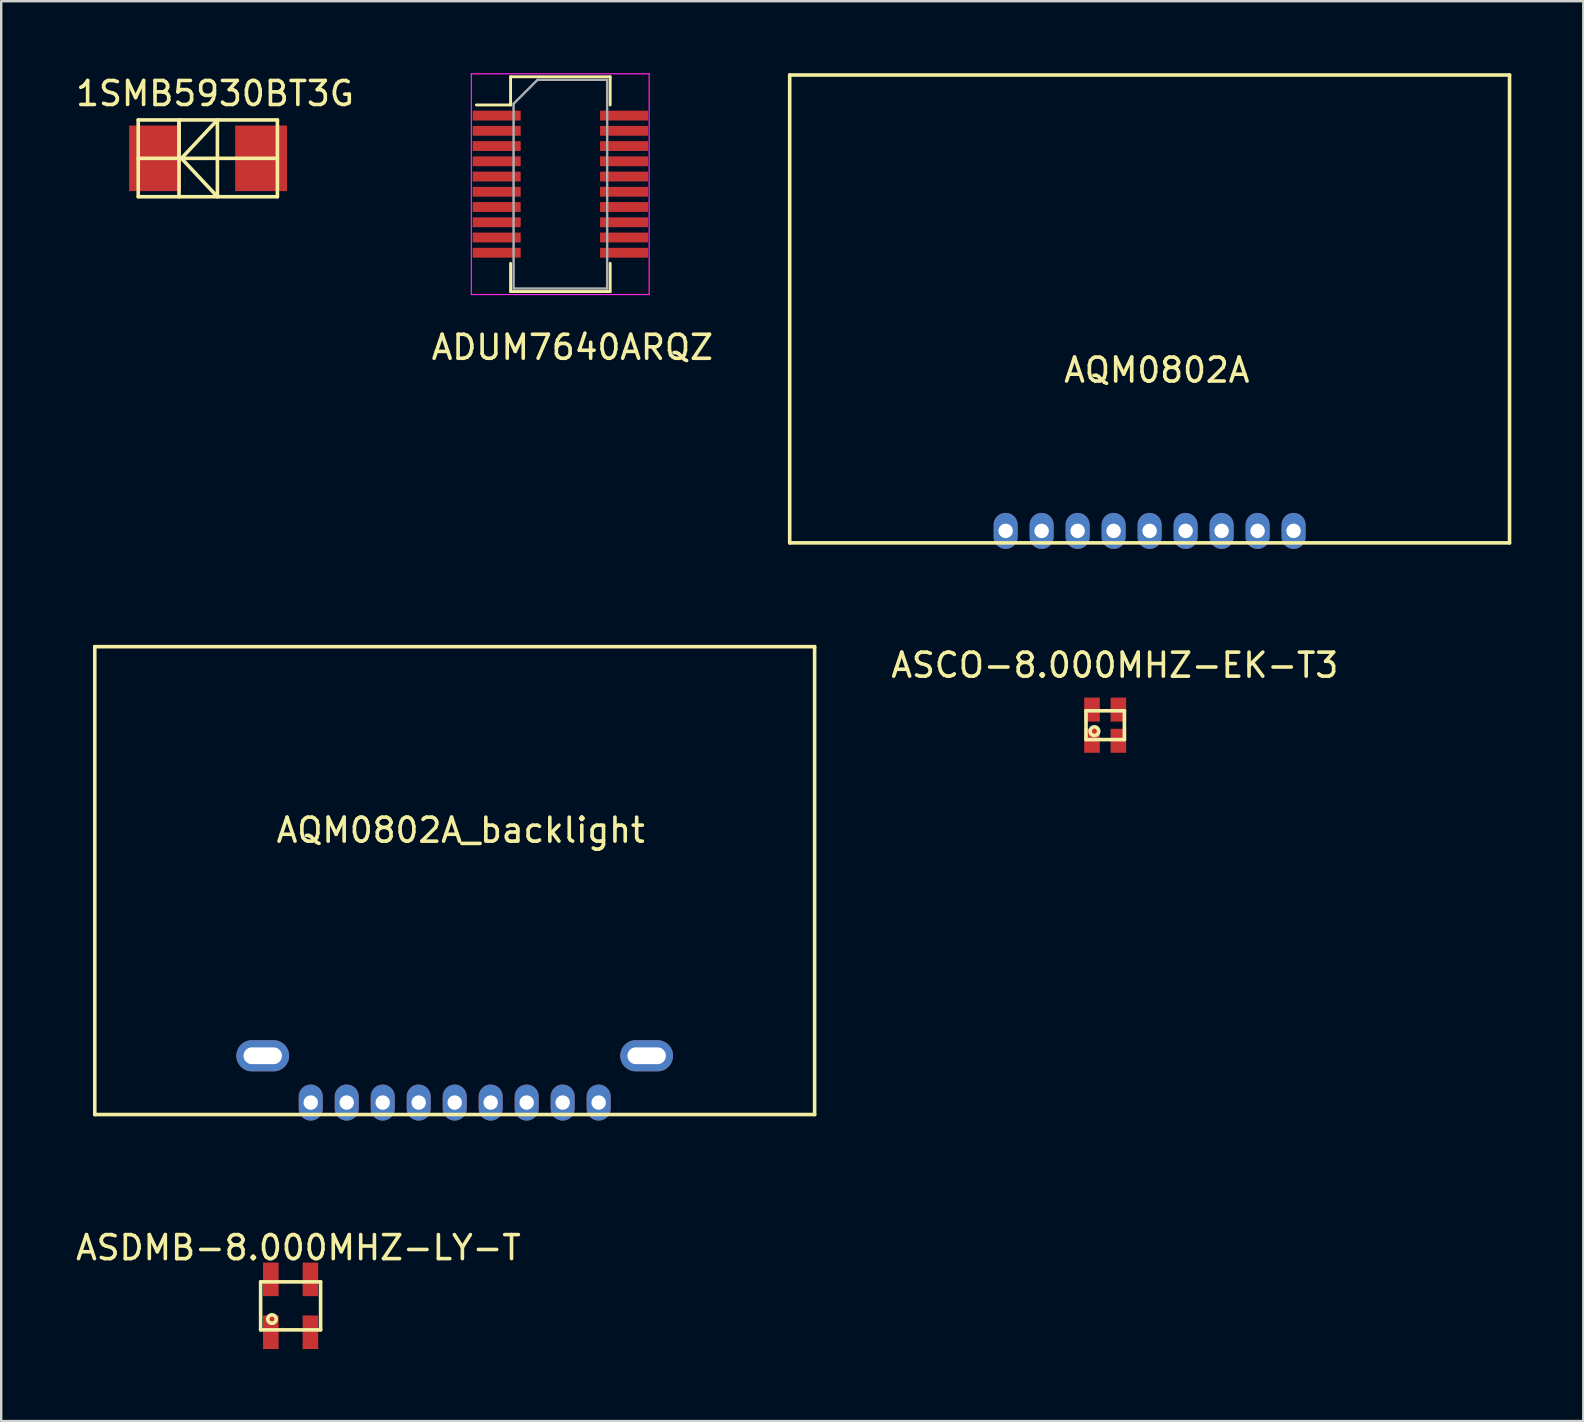
<source format=kicad_pcb>
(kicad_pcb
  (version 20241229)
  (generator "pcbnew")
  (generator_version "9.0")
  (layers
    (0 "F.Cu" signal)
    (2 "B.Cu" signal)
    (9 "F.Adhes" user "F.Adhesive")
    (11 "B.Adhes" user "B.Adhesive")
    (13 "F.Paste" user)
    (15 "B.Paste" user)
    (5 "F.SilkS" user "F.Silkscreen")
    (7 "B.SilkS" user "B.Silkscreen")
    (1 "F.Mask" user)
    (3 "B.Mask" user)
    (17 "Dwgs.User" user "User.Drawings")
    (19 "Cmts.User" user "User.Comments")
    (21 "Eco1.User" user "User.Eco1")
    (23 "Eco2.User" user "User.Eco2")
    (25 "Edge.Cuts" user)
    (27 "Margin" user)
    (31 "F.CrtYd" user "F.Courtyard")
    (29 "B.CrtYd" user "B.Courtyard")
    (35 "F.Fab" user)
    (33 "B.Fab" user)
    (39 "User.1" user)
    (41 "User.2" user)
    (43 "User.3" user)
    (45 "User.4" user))
  (footprint "1SMB5930BT3G"
    (layer "F.Cu")
    (at 1.511 5.648)
    (property "Reference" "1SMB5930BT3G" (at 4.4 -4.8 0) (layer "F.SilkS") (effects (font (size 1 1) (thickness 0.15))))
    (attr through_hole)
    (fp_line (start 1.2 -3.7) (end 1.2 -0.5) (stroke (width 0.15) (type solid)) (layer "F.SilkS"))
    (fp_line (start 1.2 -2.1) (end 7 -2.1) (stroke (width 0.15) (type solid)) (layer "F.SilkS"))
    (fp_line (start 1.2 -0.5) (end 7 -0.5) (stroke (width 0.15) (type solid)) (layer "F.SilkS"))
    (fp_line (start 2.9 -3.7) (end 2.9 -0.5) (stroke (width 0.15) (type solid)) (layer "F.SilkS"))
    (fp_line (start 2.9 -2.1) (end 2.9 -3.7) (stroke (width 0.15) (type solid)) (layer "F.SilkS"))
    (fp_line (start 3 -2.1) (end 4.5 -0.5) (stroke (width 0.15) (type solid)) (layer "F.SilkS"))
    (fp_line (start 4.5 -3.7) (end 3 -2.1) (stroke (width 0.15) (type solid)) (layer "F.SilkS"))
    (fp_line (start 4.5 -0.5) (end 4.5 -3.7) (stroke (width 0.15) (type solid)) (layer "F.SilkS"))
    (fp_line (start 7 -3.7) (end 1.2 -3.7) (stroke (width 0.15) (type solid)) (layer "F.SilkS"))
    (fp_line (start 7 -0.5) (end 7 -3.7) (stroke (width 0.15) (type solid)) (layer "F.SilkS"))
    (pad "1" smd rect (at 1.9 -2.1) (size 2.159 2.734) (layers "F.Cu" "F.Mask" "F.Paste"))
    (pad "2" smd rect (at 6.32 -2.1) (size 2.159 2.734) (layers "F.Cu" "F.Mask" "F.Paste")))
  (footprint "AQM0802A"
    (layer "F.Cu")
    (at 37.861 20.575)
    (property "Reference" "AQM0802A" (at 7.3 -8.2 0) (layer "F.SilkS") (effects (font (size 1 1) (thickness 0.15))))
    (attr through_hole)
    (fp_line (start -8 -20.5) (end -8 -1) (stroke (width 0.15) (type solid)) (layer "F.SilkS"))
    (fp_line (start -8 -1) (end 22 -1) (stroke (width 0.15) (type solid)) (layer "F.SilkS"))
    (fp_line (start 22 -20.5) (end -8 -20.5) (stroke (width 0.15) (type solid)) (layer "F.SilkS"))
    (fp_line (start 22 -1) (end 22 -20.5) (stroke (width 0.15) (type solid)) (layer "F.SilkS"))
    (pad "1" thru_hole oval (at 1 -1.5) (size 1 1.5) (drill 0.6) (layers "*.Cu" "*.Mask"))
    (pad "2" thru_hole oval (at 2.5 -1.5) (size 1 1.5) (drill 0.6) (layers "*.Cu" "*.Mask"))
    (pad "3" thru_hole oval (at 4 -1.5) (size 1 1.5) (drill 0.6) (layers "*.Cu" "*.Mask"))
    (pad "4" thru_hole oval (at 5.5 -1.5) (size 1 1.5) (drill 0.6) (layers "*.Cu" "*.Mask"))
    (pad "5" thru_hole oval (at 7 -1.5) (size 1 1.5) (drill 0.6) (layers "*.Cu" "*.Mask"))
    (pad "6" thru_hole oval (at 8.5 -1.5) (size 1 1.5) (drill 0.6) (layers "*.Cu" "*.Mask"))
    (pad "7" thru_hole oval (at 10 -1.5) (size 1 1.5) (drill 0.6) (layers "*.Cu" "*.Mask"))
    (pad "8" thru_hole oval (at 11.5 -1.5) (size 1 1.5) (drill 0.6) (layers "*.Cu" "*.Mask"))
    (pad "9" thru_hole oval (at 13 -1.5) (size 1 1.5) (drill 0.6) (layers "*.Cu" "*.Mask")))
  (footprint "AQM0802A_backlight"
    (layer "F.Cu")
    (at 0.25 44.85)
    (property "Reference" "AQM0802A_backlight" (at 15.9 -13.3 0) (layer "F.SilkS") (effects (font (size 1 1) (thickness 0.15))))
    (attr through_hole)
    (fp_line (start 0.65 -20.95) (end 0.65 -1.45) (stroke (width 0.15) (type solid)) (layer "F.SilkS"))
    (fp_line (start 0.65 -1.45) (end 30.65 -1.45) (stroke (width 0.15) (type solid)) (layer "F.SilkS"))
    (fp_line (start 30.65 -20.95) (end 0.65 -20.95) (stroke (width 0.15) (type solid)) (layer "F.SilkS"))
    (fp_line (start 30.65 -1.45) (end 30.65 -20.95) (stroke (width 0.15) (type solid)) (layer "F.SilkS"))
    (pad "1" thru_hole oval (at 9.65 -1.95) (size 1 1.5) (drill 0.6) (layers "*.Cu" "*.Mask"))
    (pad "2" thru_hole oval (at 11.15 -1.95) (size 1 1.5) (drill 0.6) (layers "*.Cu" "*.Mask"))
    (pad "3" thru_hole oval (at 12.65 -1.95) (size 1 1.5) (drill 0.6) (layers "*.Cu" "*.Mask"))
    (pad "4" thru_hole oval (at 14.15 -1.95) (size 1 1.5) (drill 0.6) (layers "*.Cu" "*.Mask"))
    (pad "5" thru_hole oval (at 15.65 -1.95) (size 1 1.5) (drill 0.6) (layers "*.Cu" "*.Mask"))
    (pad "6" thru_hole oval (at 17.15 -1.95) (size 1 1.5) (drill 0.6) (layers "*.Cu" "*.Mask"))
    (pad "7" thru_hole oval (at 18.65 -1.95) (size 1 1.5) (drill 0.6) (layers "*.Cu" "*.Mask"))
    (pad "8" thru_hole oval (at 20.15 -1.95) (size 1 1.5) (drill 0.6) (layers "*.Cu" "*.Mask"))
    (pad "9" thru_hole oval (at 21.65 -1.95) (size 1 1.5) (drill 0.6) (layers "*.Cu" "*.Mask"))
    (pad "A" thru_hole oval (at 7.65 -3.9) (size 2.2 1.3) (drill oval 1.6 0.7) (layers "*.Cu" "*.Mask"))
    (pad "K" thru_hole oval (at 23.65 -3.9) (size 2.2 1.3) (drill oval 1.6 0.7) (layers "*.Cu" "*.Mask")))
  (footprint "ASCO-8.000MHZ-EK-T3"
    (layer "F.Cu")
    (at 41.66 28.473)
    (property "Reference" "ASCO-8.000MHZ-EK-T3" (at 1.75 -3.8 0) (layer "F.SilkS") (effects (font (size 1 1) (thickness 0.15))))
    (attr through_hole)
    (fp_line (start 0.55 -1.9) (end 2.15 -1.9) (stroke (width 0.15) (type solid)) (layer "F.SilkS"))
    (fp_line (start 0.55 -0.7) (end 0.55 -1.9) (stroke (width 0.15) (type solid)) (layer "F.SilkS"))
    (fp_line (start 2.15 -1.9) (end 2.15 -0.7) (stroke (width 0.15) (type solid)) (layer "F.SilkS"))
    (fp_line (start 2.15 -0.7) (end 0.55 -0.7) (stroke (width 0.15) (type solid)) (layer "F.SilkS"))
    (fp_circle (center 0.9 -1.05) (end 1 -0.9) (stroke (width 0.15) (type solid)) (fill no) (layer "F.SilkS"))
    (pad "1" smd rect (at 0.8 -0.65) (size 0.65 1) (layers "F.Cu" "F.Mask" "F.Paste"))
    (pad "2" smd rect (at 1.9 -0.65) (size 0.65 1) (layers "F.Cu" "F.Mask" "F.Paste"))
    (pad "3" smd rect (at 1.9 -1.95) (size 0.65 1) (layers "F.Cu" "F.Mask" "F.Paste"))
    (pad "4" smd rect (at 0.8 -1.95) (size 0.65 1) (layers "F.Cu" "F.Mask" "F.Paste")))
  (footprint "ASDMB-8.000MHZ-LY-T"
    (layer "F.Cu")
    (at 8.237 52.148)
    (property "Reference" "ASDMB-8.000MHZ-LY-T" (at 1.15 -3.2 0) (layer "F.SilkS") (effects (font (size 1 1) (thickness 0.15))))
    (attr through_hole)
    (fp_line (start -0.425 -1.775) (end -0.425 0.225) (stroke (width 0.15) (type solid)) (layer "F.SilkS"))
    (fp_line (start -0.425 0.225) (end 2.075 0.225) (stroke (width 0.15) (type solid)) (layer "F.SilkS"))
    (fp_line (start 2.075 -1.775) (end -0.425 -1.775) (stroke (width 0.15) (type solid)) (layer "F.SilkS"))
    (fp_line (start 2.075 0.225) (end 2.075 -1.775) (stroke (width 0.15) (type solid)) (layer "F.SilkS"))
    (fp_circle (center 0.048 -0.225) (end 0.173 -0.1) (stroke (width 0.15) (type solid)) (fill no) (layer "F.SilkS"))
    (pad "1" smd rect (at 0 0.325) (size 0.65 1.4) (layers "F.Cu" "F.Mask" "F.Paste"))
    (pad "2" smd rect (at 1.65 0.325) (size 0.65 1.4) (layers "F.Cu" "F.Mask" "F.Paste"))
    (pad "3" smd rect (at 1.65 -1.88) (size 0.65 1.4) (layers "F.Cu" "F.Mask" "F.Paste"))
    (pad "4" smd rect (at 0 -1.88) (size 0.65 1.4) (layers "F.Cu" "F.Mask" "F.Paste")))
  (footprint "ADUM7640ARQZ"
    (layer "F.Cu")
    (at 20.304 4.525)
    (property "Reference" "ADUM7640ARQZ" (at 0.5 6.9 0) (layer "F.SilkS") (effects (font (size 1 1) (thickness 0.15))))
    (attr through_hole)
    (fp_line (start -3.5 -3.2) (end -2.075 -3.2) (stroke (width 0.12) (type solid)) (layer "F.SilkS"))
    (fp_line (start -2.075 -4.375) (end 2.075 -4.375) (stroke (width 0.12) (type solid)) (layer "F.SilkS"))
    (fp_line (start -2.075 -3.2) (end -2.075 -4.375) (stroke (width 0.12) (type solid)) (layer "F.SilkS"))
    (fp_line (start -2.075 3.4) (end -2.075 4.575) (stroke (width 0.12) (type solid)) (layer "F.SilkS"))
    (fp_line (start -2.075 4.575) (end 2.075 4.575) (stroke (width 0.12) (type solid)) (layer "F.SilkS"))
    (fp_line (start 2.075 -3.2) (end 2.075 -4.375) (stroke (width 0.12) (type solid)) (layer "F.SilkS"))
    (fp_line (start 2.075 3.4) (end 2.075 4.575) (stroke (width 0.12) (type solid)) (layer "F.SilkS"))
    (fp_line (start -3.71 -4.5) (end -3.71 4.7) (stroke (width 0.05) (type solid)) (layer "F.CrtYd"))
    (fp_line (start -3.71 -4.5) (end 3.7 -4.5) (stroke (width 0.05) (type solid)) (layer "F.CrtYd"))
    (fp_line (start -3.71 4.7) (end 3.7 4.7) (stroke (width 0.05) (type solid)) (layer "F.CrtYd"))
    (fp_line (start 3.7 -4.5) (end 3.7 4.7) (stroke (width 0.05) (type solid)) (layer "F.CrtYd"))
    (fp_line (start -1.95 -3.25) (end -0.95 -4.25) (stroke (width 0.1) (type solid)) (layer "F.Fab"))
    (fp_line (start -1.95 4.45) (end -1.95 -3.25) (stroke (width 0.1) (type solid)) (layer "F.Fab"))
    (fp_line (start -0.95 -4.25) (end 1.95 -4.25) (stroke (width 0.1) (type solid)) (layer "F.Fab"))
    (fp_line (start 1.95 -4.25) (end 1.95 4.45) (stroke (width 0.1) (type solid)) (layer "F.Fab"))
    (fp_line (start 1.95 4.45) (end -1.95 4.45) (stroke (width 0.1) (type solid)) (layer "F.Fab"))
    (pad "1" smd rect (at -2.654 -2.757) (size 2 0.41) (layers "F.Cu" "F.Mask" "F.Paste"))
    (pad "2" smd rect (at -2.654 -2.123) (size 2 0.41) (layers "F.Cu" "F.Mask" "F.Paste"))
    (pad "3" smd rect (at -2.654 -1.488) (size 2 0.41) (layers "F.Cu" "F.Mask" "F.Paste"))
    (pad "4" smd rect (at -2.654 -0.853) (size 2 0.41) (layers "F.Cu" "F.Mask" "F.Paste"))
    (pad "5" smd rect (at -2.654 -0.217) (size 2 0.41) (layers "F.Cu" "F.Mask" "F.Paste"))
    (pad "6" smd rect (at -2.654 0.417) (size 2 0.41) (layers "F.Cu" "F.Mask" "F.Paste"))
    (pad "7" smd rect (at -2.654 1.052) (size 2 0.41) (layers "F.Cu" "F.Mask" "F.Paste"))
    (pad "8" smd rect (at -2.654 1.688) (size 2 0.41) (layers "F.Cu" "F.Mask" "F.Paste"))
    (pad "9" smd rect (at -2.654 2.322) (size 2 0.41) (layers "F.Cu" "F.Mask" "F.Paste"))
    (pad "10" smd rect (at -2.654 2.958) (size 2 0.41) (layers "F.Cu" "F.Mask" "F.Paste"))
    (pad "11" smd rect (at 2.654 2.958) (size 2 0.41) (layers "F.Cu" "F.Mask" "F.Paste"))
    (pad "12" smd rect (at 2.654 2.322) (size 2 0.41) (layers "F.Cu" "F.Mask" "F.Paste"))
    (pad "13" smd rect (at 2.654 1.688) (size 2 0.41) (layers "F.Cu" "F.Mask" "F.Paste"))
    (pad "14" smd rect (at 2.654 1.052) (size 2 0.41) (layers "F.Cu" "F.Mask" "F.Paste"))
    (pad "15" smd rect (at 2.654 0.417) (size 2 0.41) (layers "F.Cu" "F.Mask" "F.Paste"))
    (pad "16" smd rect (at 2.654 -0.217) (size 2 0.41) (layers "F.Cu" "F.Mask" "F.Paste"))
    (pad "17" smd rect (at 2.654 -0.853) (size 2 0.41) (layers "F.Cu" "F.Mask" "F.Paste"))
    (pad "18" smd rect (at 2.654 -1.488) (size 2 0.41) (layers "F.Cu" "F.Mask" "F.Paste"))
    (pad "19" smd rect (at 2.654 -2.123) (size 2 0.41) (layers "F.Cu" "F.Mask" "F.Paste"))
    (pad "20" smd rect (at 2.654 -2.757) (size 2 0.41) (layers "F.Cu" "F.Mask" "F.Paste")))
  (gr_rect
    (start -3 -3)
    (end 62.936 56.173)
    (stroke (width 0.1) (type default))
    (fill no)
    (layer "Edge.Cuts")))
</source>
